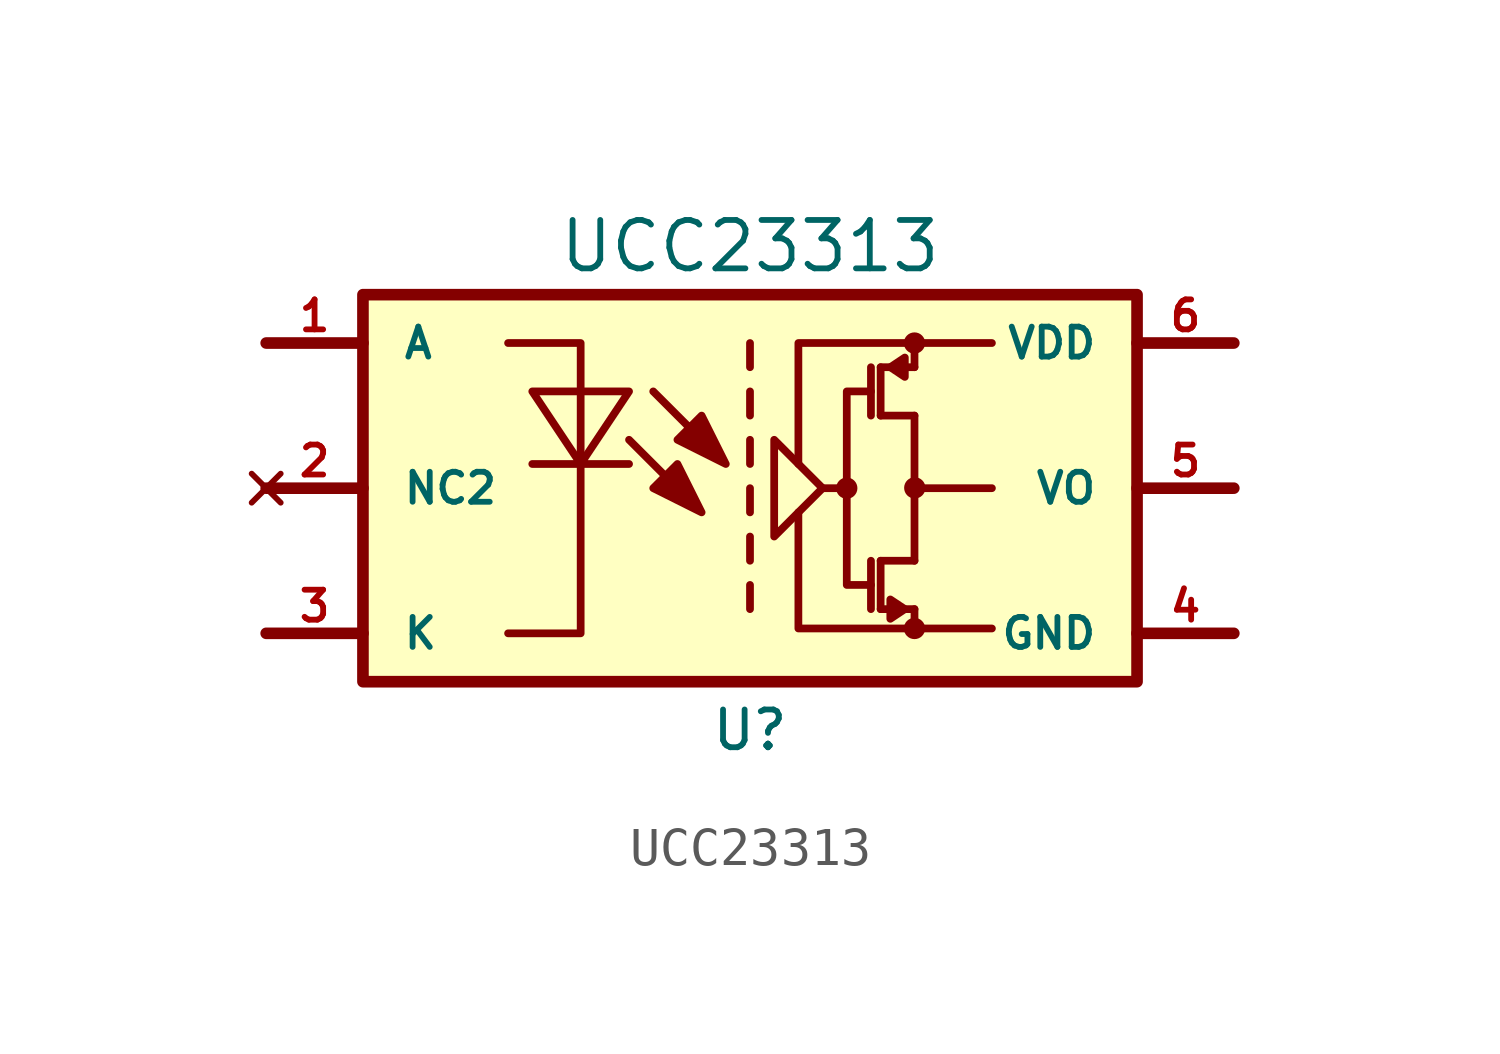
<source format=kicad_sym>
(kicad_symbol_lib
  (version 20211014)
  (generator kicad_symbol_editor)
  (symbol "UCC23313"
    (pin_names
      (offset 1.016))
    (property "Reference" "U"
      (at 0 -6.35 0)
      (effects (font (size 0.991 0.991))))
    (property "Value" "UCC23313"
      (at 0 6.35 0)
      (effects (font (size 1.27 1.27))))
    (property "Datasheet" ""
      (at -2.54 0 0)
      (effects (font (size 1.27 1.27))))
    (symbol "UCC23313_0_1"
      (rectangle (start -10.16 5.08) (end 10.16 -5.08) (stroke (width 0.305) (type default) (color 0 0 0 0)) (fill (type background)))
      (polyline (pts (xy -12.7 -3.81) (xy -10.16 -3.81)) (stroke (width 0.305) (type default) (color 0 0 0 0)) (fill (type none)))
      (polyline (pts (xy -12.7 3.81) (xy -10.16 3.81)) (stroke (width 0.305) (type default) (color 0 0 0 0)) (fill (type none)))
      (polyline (pts (xy -10.16 0) (xy -12.7 0)) (stroke (width 0.305) (type default) (color 0 0 0 0)) (fill (type none)))
      (polyline (pts (xy 0 -2.54) (xy 0 -3.175)) (stroke (width 0.203) (type default) (color 0 0 0 0)) (fill (type none)))
      (polyline (pts (xy 0 -1.27) (xy 0 -1.905)) (stroke (width 0.203) (type default) (color 0 0 0 0)) (fill (type none)))
      (polyline (pts (xy 0 0) (xy 0 -0.635)) (stroke (width 0.203) (type default) (color 0 0 0 0)) (fill (type none)))
      (polyline (pts (xy 0 1.27) (xy 0 0.635)) (stroke (width 0.203) (type default) (color 0 0 0 0)) (fill (type none)))
      (polyline (pts (xy 0 2.54) (xy 0 1.905)) (stroke (width 0.203) (type default) (color 0 0 0 0)) (fill (type none)))
      (polyline (pts (xy 0 3.81) (xy 0 3.175)) (stroke (width 0.203) (type default) (color 0 0 0 0)) (fill (type none)))
      (polyline (pts (xy 3.175 -1.905) (xy 3.175 -3.175)) (stroke (width 0.203) (type default) (color 0 0 0 0)) (fill (type none)))
      (polyline (pts (xy 3.175 3.175) (xy 3.175 1.905)) (stroke (width 0.203) (type default) (color 0 0 0 0)) (fill (type none)))
      (polyline (pts (xy 3.429 -3.175) (xy 4.318 -3.175)) (stroke (width 0.203) (type default) (color 0 0 0 0)) (fill (type none)))
      (polyline (pts (xy 3.429 -1.905) (xy 3.429 -3.175)) (stroke (width 0.203) (type default) (color 0 0 0 0)) (fill (type none)))
      (polyline (pts (xy 3.429 1.905) (xy 4.318 1.905)) (stroke (width 0.203) (type default) (color 0 0 0 0)) (fill (type none)))
      (polyline (pts (xy 3.429 3.175) (xy 3.429 1.905)) (stroke (width 0.203) (type default) (color 0 0 0 0)) (fill (type none)))
      (polyline (pts (xy 3.429 3.175) (xy 4.318 3.175)) (stroke (width 0.203) (type default) (color 0 0 0 0)) (fill (type none)))
      (polyline (pts (xy 4.318 -1.905) (xy 3.429 -1.905)) (stroke (width 0.203) (type default) (color 0 0 0 0)) (fill (type none)))
      (polyline (pts (xy 4.318 1.905) (xy 4.318 -1.905)) (stroke (width 0.203) (type default) (color 0 0 0 0)) (fill (type none)))
      (polyline (pts (xy 6.35 0) (xy 4.445 0)) (stroke (width 0.203) (type default) (color 0 0 0 0)) (fill (type none)))
      (polyline (pts (xy 10.16 -3.81) (xy 12.7 -3.81)) (stroke (width 0.305) (type default) (color 0 0 0 0)) (fill (type none)))
      (polyline (pts (xy 12.7 0) (xy 10.16 0)) (stroke (width 0.305) (type default) (color 0 0 0 0)) (fill (type none)))
      (polyline (pts (xy 12.7 3.81) (xy 10.16 3.81)) (stroke (width 0.305) (type default) (color 0 0 0 0)) (fill (type none)))
      (polyline (pts (xy 2.54 0) (xy 2.54 -2.54) (xy 3.175 -2.54)) (stroke (width 0.203) (type default) (color 0 0 0 0)) (fill (type none)))
      (polyline (pts (xy 4.318 -3.683) (xy 1.27 -3.683) (xy 1.27 -0.635)) (stroke (width 0.203) (type default) (color 0 0 0 0)) (fill (type none)))
      (polyline (pts (xy 4.318 -3.175) (xy 4.318 -3.683) (xy 6.35 -3.683)) (stroke (width 0.203) (type default) (color 0 0 0 0)) (fill (type none)))
      (polyline (pts (xy 4.318 3.175) (xy 4.318 3.81) (xy 6.35 3.81)) (stroke (width 0.203) (type default) (color 0 0 0 0)) (fill (type none)))
      (polyline (pts (xy 4.318 3.81) (xy 1.27 3.81) (xy 1.27 0.635)) (stroke (width 0.203) (type default) (color 0 0 0 0)) (fill (type none)))
      (polyline (pts (xy -6.35 3.81) (xy -4.445 3.81) (xy -4.445 -3.81) (xy -6.35 -3.81)) (stroke (width 0.203) (type default) (color 0 0 0 0)) (fill (type none)))
      (polyline (pts (xy 1.905 0) (xy 2.54 0) (xy 2.54 2.54) (xy 3.175 2.54)) (stroke (width 0.203) (type default) (color 0 0 0 0)) (fill (type none)))
      (polyline (pts (xy 4.064 -3.175) (xy 3.683 -2.921) (xy 3.683 -3.429) (xy 4.064 -3.175)) (stroke (width 0.203) (type default) (color 0 0 0 0)) (fill (type outline)))
      (polyline (pts (xy -2.54 2.54) (xy -0.635 0.635) (xy -1.27 1.905) (xy -1.905 1.27) (xy -0.635 0.635)) (stroke (width 0.203) (type default) (color 0 0 0 0)) (fill (type outline)))
      (polyline (pts (xy 0.635 1.27) (xy 0.635 -1.27) (xy 1.27 -0.635) (xy 1.905 0) (xy 0.635 1.27)) (stroke (width 0.203) (type default) (color 0 0 0 0)) (fill (type none)))
      (polyline (pts (xy -5.715 0.635) (xy -4.445 0.635) (xy -5.715 2.54) (xy -3.175 2.54) (xy -4.445 0.635) (xy -3.175 0.635)) (stroke (width 0.203) (type default) (color 0 0 0 0)) (fill (type none)))
      (circle (center 2.54 0) (radius 0.178) (stroke (width 0.203) (type default) (color 0 0 0 0)) (fill (type outline))))
    (symbol "UCC23313_1_1"
      (polyline (pts (xy 3.683 3.175) (xy 4.064 3.429) (xy 4.064 2.921) (xy 3.683 3.175)) (stroke (width 0.203) (type default) (color 0 0 0 0)) (fill (type outline)))
      (polyline (pts (xy -3.175 1.27) (xy -1.27 -0.635) (xy -1.905 0.635) (xy -2.54 0) (xy -1.27 -0.635)) (stroke (width 0.203) (type default) (color 0 0 0 0)) (fill (type outline)))
      (circle (center 4.318 -3.683) (radius 0.178) (stroke (width 0.203) (type default) (color 0 0 0 0)) (fill (type outline)))
      (circle (center 4.318 3.81) (radius 0.178) (stroke (width 0.203) (type default) (color 0 0 0 0)) (fill (type outline)))
      (circle (center 4.325 0.008) (radius 0.178) (stroke (width 0.203) (type default) (color 0 0 0 0)) (fill (type outline)))
      (pin input line (at -12.7 3.81 0) (length 2.54) (name "A" (effects (font (size 0.787 0.787)))) (number "1" (effects (font (size 0.787 0.787)))))
      (pin no_connect line (at -12.7 0 0) (length 2.54) (name "NC2" (effects (font (size 0.787 0.787)))) (number "2" (effects (font (size 0.787 0.787)))))
      (pin input line (at -12.7 -3.81 0) (length 2.54) (name "K" (effects (font (size 0.787 0.787)))) (number "3" (effects (font (size 0.787 0.787)))))
      (pin power_in line (at 12.7 -3.81 180) (length 2.54) (name "GND" (effects (font (size 0.787 0.787)))) (number "4" (effects (font (size 0.787 0.787)))))
      (pin output line (at 12.7 0 180) (length 2.54) (name "VO" (effects (font (size 0.787 0.787)))) (number "5" (effects (font (size 0.787 0.787)))))
      (pin power_in line (at 12.7 3.81 180) (length 2.54) (name "VDD" (effects (font (size 0.787 0.787)))) (number "6" (effects (font (size 0.787 0.787))))))))
</source>
